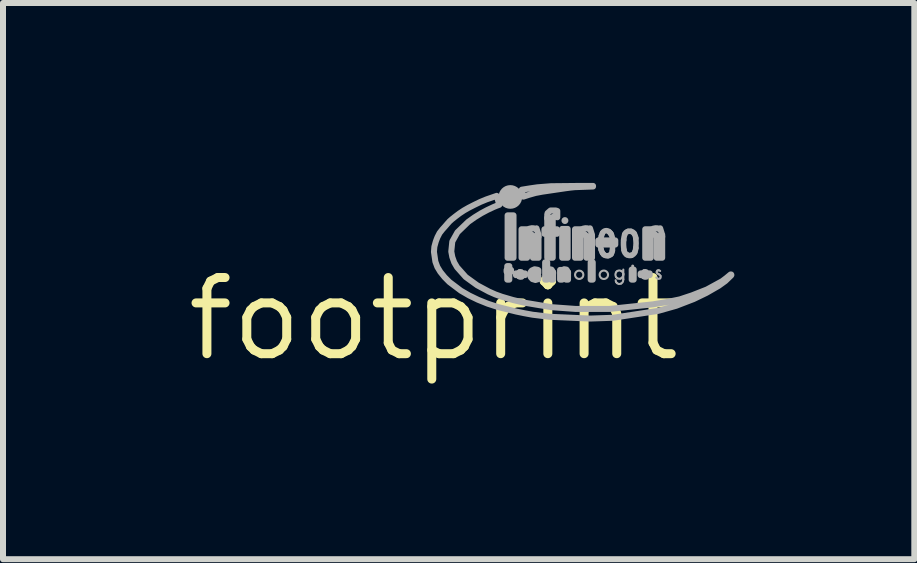
<source format=kicad_pcb>
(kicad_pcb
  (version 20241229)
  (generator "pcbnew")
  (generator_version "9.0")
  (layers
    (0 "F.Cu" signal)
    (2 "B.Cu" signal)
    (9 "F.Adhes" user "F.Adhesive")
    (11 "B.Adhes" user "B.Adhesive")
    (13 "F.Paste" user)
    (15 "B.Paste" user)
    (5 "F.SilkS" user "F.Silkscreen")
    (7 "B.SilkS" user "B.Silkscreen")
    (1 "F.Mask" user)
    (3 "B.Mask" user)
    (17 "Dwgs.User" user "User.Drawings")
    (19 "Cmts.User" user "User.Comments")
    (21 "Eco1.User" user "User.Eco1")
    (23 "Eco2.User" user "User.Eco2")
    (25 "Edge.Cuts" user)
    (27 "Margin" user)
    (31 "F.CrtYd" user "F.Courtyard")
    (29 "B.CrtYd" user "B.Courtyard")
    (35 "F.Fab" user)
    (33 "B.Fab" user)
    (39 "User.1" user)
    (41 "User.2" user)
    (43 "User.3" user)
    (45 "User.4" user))
  (footprint "footprint"
    (layer "F.Cu")
    (at 4.18 2.268)
    (property "Reference" "footprint" (at 0 0 0) (layer "F.SilkS") (effects (font (size 1.27 1.27) (thickness 0.15))))
    (fp_line (start 1.506 -0.753) (end 1.506 -0.759) (stroke (width 0.035) (type solid)) (layer "F.Fab"))
    (fp_line (start 2.984 -1.292) (end 2.984 -1.315) (stroke (width 0.093) (type solid)) (layer "F.Fab"))
    (fp_line (start 3.586 -0.753) (end 3.586 -0.759) (stroke (width 0.035) (type solid)) (layer "F.Fab"))
    (fp_arc (start 1.384799 -0.759) (mid 1.398115 -0.79048) (end 1.4253 -0.8112) (stroke (width 0.0346) (type solid)) (layer "F.Fab"))
    (fp_arc (start 1.3848 -0.73) (mid 1.38477 -0.7445) (end 1.3848 -0.759) (stroke (width 0.0346) (type solid)) (layer "F.Fab"))
    (fp_arc (start 1.407899 -0.6837) (mid 1.391656 -0.704509) (end 1.3848 -0.73) (stroke (width 0.0346) (type solid)) (layer "F.Fab"))
    (fp_arc (start 1.4253 -0.8112) (mid 1.452118 -0.814759) (end 1.4775 -0.8054) (stroke (width 0.0346) (type solid)) (layer "F.Fab"))
    (fp_arc (start 1.477499 -0.805401) (mid 1.496751 -0.785191) (end 1.5064 -0.759) (stroke (width 0.0346) (type solid)) (layer "F.Fab"))
    (fp_arc (start 1.4833 -0.6779) (mid 1.444696 -0.669049) (end 1.4079 -0.6837) (stroke (width 0.0346) (type solid)) (layer "F.Fab"))
    (fp_arc (start 1.5064 -0.7069) (mid 1.496317 -0.691232) (end 1.4833 -0.6779) (stroke (width 0.0346) (type solid)) (layer "F.Fab"))
    (fp_arc (start 2.7869 -1.3326) (mid 2.791908 -1.358876) (end 2.7985 -1.3848) (stroke (width 0.0926) (type solid)) (layer "F.Fab"))
    (fp_arc (start 2.7927 -1.1588) (mid 2.781453 -1.245421) (end 2.7869 -1.3326) (stroke (width 0.0926) (type solid)) (layer "F.Fab"))
    (fp_arc (start 2.7985 -1.3848) (mid 2.806268 -1.4083) (end 2.8159 -1.4311) (stroke (width 0.0926) (type solid)) (layer "F.Fab"))
    (fp_arc (start 2.815898 -1.4311) (mid 2.865184 -1.470061) (end 2.926 -1.4543) (stroke (width 0.0926) (type solid)) (layer "F.Fab"))
    (fp_arc (start 2.8159 -1.1009) (mid 2.802035 -1.128943) (end 2.7927 -1.1588) (stroke (width 0.0926) (type solid)) (layer "F.Fab"))
    (fp_arc (start 2.8391 -1.0719) (mid 2.826496 -1.085597) (end 2.8159 -1.1009) (stroke (width 0.0926) (type solid)) (layer "F.Fab"))
    (fp_arc (start 2.9086 -1.054501) (mid 2.871865 -1.055273) (end 2.8391 -1.0719) (stroke (width 0.0926) (type solid)) (layer "F.Fab"))
    (fp_arc (start 2.926 -1.4543) (mid 2.937956 -1.443104) (end 2.9491 -1.4311) (stroke (width 0.0926) (type solid)) (layer "F.Fab"))
    (fp_arc (start 2.9491 -1.4311) (mid 2.955442 -1.422761) (end 2.9607 -1.4137) (stroke (width 0.0926) (type solid)) (layer "F.Fab"))
    (fp_arc (start 2.959299 -1.0805) (mid 2.936497 -1.062533) (end 2.9086 -1.0545) (stroke (width 0.0926) (type solid)) (layer "F.Fab"))
    (fp_arc (start 2.9607 -1.4137) (mid 2.978027 -1.365799) (end 2.9839 -1.3152) (stroke (width 0.0926) (type solid)) (layer "F.Fab"))
    (fp_arc (start 2.9811 -1.1381) (mid 2.974312 -1.107744) (end 2.9593 -1.0805) (stroke (width 0.0926) (type solid)) (layer "F.Fab"))
    (fp_arc (start 2.9839 -1.1936) (mid 2.983489 -1.1658) (end 2.9811 -1.1381) (stroke (width 0.0926) (type solid)) (layer "F.Fab"))
    (fp_arc (start 3.041899 -0.701101) (mid 3.031742 -0.738751) (end 3.0419 -0.7764) (stroke (width 0.0346) (type solid)) (layer "F.Fab"))
    (fp_arc (start 3.0419 -0.7764) (mid 3.051948 -0.789495) (end 3.065 -0.7996) (stroke (width 0.0346) (type solid)) (layer "F.Fab"))
    (fp_arc (start 3.0424 -0.6177) (mid 3.037822 -0.631162) (end 3.0363 -0.6453) (stroke (width 0.0346) (type solid)) (layer "F.Fab"))
    (fp_arc (start 3.0592 -0.5968) (mid 3.049483 -0.606191) (end 3.0424 -0.6177) (stroke (width 0.0346) (type solid)) (layer "F.Fab"))
    (fp_arc (start 3.064999 -0.799599) (mid 3.096899 -0.808249) (end 3.1288 -0.7996) (stroke (width 0.0346) (type solid)) (layer "F.Fab"))
    (fp_arc (start 3.065 -0.6779) (mid 3.051948 -0.688005) (end 3.0419 -0.7011) (stroke (width 0.0346) (type solid)) (layer "F.Fab"))
    (fp_arc (start 3.09 -0.5834) (mid 3.073744 -0.588133) (end 3.0592 -0.5968) (stroke (width 0.0346) (type solid)) (layer "F.Fab"))
    (fp_arc (start 3.117199 -0.6721) (mid 3.090482 -0.669442) (end 3.065 -0.6779) (stroke (width 0.0346) (type solid)) (layer "F.Fab"))
    (fp_arc (start 3.1288 -0.7996) (mid 3.137629 -0.794067) (end 3.1461 -0.788) (stroke (width 0.0346) (type solid)) (layer "F.Fab"))
    (fp_arc (start 3.1288 -0.591) (mid 3.110105 -0.583602) (end 3.09 -0.5834) (stroke (width 0.0346) (type solid)) (layer "F.Fab"))
    (fp_arc (start 3.1461 -0.788) (mid 3.158825 -0.772612) (end 3.1635 -0.7532) (stroke (width 0.0346) (type solid)) (layer "F.Fab"))
    (fp_arc (start 3.1519 -0.701101) (mid 3.137402 -0.683188) (end 3.1172 -0.6721) (stroke (width 0.0346) (type solid)) (layer "F.Fab"))
    (fp_arc (start 3.1577 -0.6258) (mid 3.146507 -0.605695) (end 3.1288 -0.591) (stroke (width 0.0346) (type solid)) (layer "F.Fab"))
    (fp_arc (start 3.1635 -0.8227) (mid 3.163817 -0.77925) (end 3.1635 -0.7358) (stroke (width 0.0346) (type solid)) (layer "F.Fab"))
    (fp_arc (start 3.1635 -0.7532) (mid 3.163704 -0.70685) (end 3.1635 -0.6605) (stroke (width 0.0346) (type solid)) (layer "F.Fab"))
    (fp_arc (start 3.1635 -0.7358) (mid 3.159124 -0.717974) (end 3.1519 -0.7011) (stroke (width 0.0346) (type solid)) (layer "F.Fab"))
    (fp_arc (start 3.1635 -0.6605) (mid 3.161953 -0.642924) (end 3.1577 -0.6258) (stroke (width 0.0346) (type solid)) (layer "F.Fab"))
    (fp_arc (start 3.1693 -1.3152) (mid 3.175705 -1.361981) (end 3.1867 -1.4079) (stroke (width 0.0926) (type solid)) (layer "F.Fab"))
    (fp_arc (start 3.1751 -1.153) (mid 3.167222 -1.233922) (end 3.1693 -1.3152) (stroke (width 0.0926) (type solid)) (layer "F.Fab"))
    (fp_arc (start 3.186699 -1.4079) (mid 3.208243 -1.442215) (end 3.2446 -1.4601) (stroke (width 0.0926) (type solid)) (layer "F.Fab"))
    (fp_arc (start 3.221499 -1.0719) (mid 3.189863 -1.104352) (end 3.1751 -1.1472) (stroke (width 0.0926) (type solid)) (layer "F.Fab"))
    (fp_arc (start 3.2446 -1.4601) (mid 3.2678 -1.462226) (end 3.291 -1.4601) (stroke (width 0.0926) (type solid)) (layer "F.Fab"))
    (fp_arc (start 3.290999 -1.4601) (mid 3.320642 -1.448078) (end 3.3431 -1.4253) (stroke (width 0.0926) (type solid)) (layer "F.Fab"))
    (fp_arc (start 3.2968 -1.0603) (mid 3.257896 -1.05796) (end 3.2215 -1.0719) (stroke (width 0.0926) (type solid)) (layer "F.Fab"))
    (fp_arc (start 3.343099 -1.4253) (mid 3.362312 -1.386435) (end 3.3721 -1.3442) (stroke (width 0.0926) (type solid)) (layer "F.Fab"))
    (fp_arc (start 3.354699 -1.1124) (mid 3.331857 -1.079563) (end 3.2968 -1.0603) (stroke (width 0.0926) (type solid)) (layer "F.Fab"))
    (fp_arc (start 3.3721 -1.3442) (mid 3.376656 -1.2631) (end 3.3721 -1.182) (stroke (width 0.0926) (type solid)) (layer "F.Fab"))
    (fp_arc (start 3.3721 -1.182) (mid 3.36571 -1.146623) (end 3.3547 -1.1124) (stroke (width 0.0926) (type solid)) (layer "F.Fab"))
    (fp_arc (start 3.464799 -0.759) (mid 3.478115 -0.79048) (end 3.5053 -0.8112) (stroke (width 0.0346) (type solid)) (layer "F.Fab"))
    (fp_arc (start 3.4648 -0.73) (mid 3.46477 -0.7445) (end 3.4648 -0.759) (stroke (width 0.0346) (type solid)) (layer "F.Fab"))
    (fp_arc (start 3.487899 -0.6837) (mid 3.471656 -0.704509) (end 3.4648 -0.73) (stroke (width 0.0346) (type solid)) (layer "F.Fab"))
    (fp_arc (start 3.5053 -0.8112) (mid 3.532118 -0.814759) (end 3.5575 -0.8054) (stroke (width 0.0346) (type solid)) (layer "F.Fab"))
    (fp_arc (start 3.557499 -0.805401) (mid 3.576751 -0.785191) (end 3.5864 -0.759) (stroke (width 0.0346) (type solid)) (layer "F.Fab"))
    (fp_arc (start 3.5633 -0.6779) (mid 3.524696 -0.669049) (end 3.4879 -0.6837) (stroke (width 0.0346) (type solid)) (layer "F.Fab"))
    (fp_arc (start 3.5864 -0.7069) (mid 3.576317 -0.691232) (end 3.5633 -0.6779) (stroke (width 0.0346) (type solid)) (layer "F.Fab"))
    (fp_arc (start 3.7197 -0.7822) (mid 3.723114 -0.794993) (end 3.731301 -0.8054) (stroke (width 0.0346) (type solid)) (layer "F.Fab"))
    (fp_arc (start 3.7313 -0.8054) (mid 3.742226 -0.810996) (end 3.7545 -0.811199) (stroke (width 0.0346) (type solid)) (layer "F.Fab"))
    (fp_arc (start 3.7313 -0.759) (mid 3.72242 -0.769059) (end 3.7197 -0.782199) (stroke (width 0.0346) (type solid)) (layer "F.Fab"))
    (fp_arc (start 3.7371 -0.6721) (mid 3.724939 -0.67999) (end 3.714 -0.6895) (stroke (width 0.0346) (type solid)) (layer "F.Fab"))
    (fp_arc (start 3.7545 -0.8112) (mid 3.766836 -0.806871) (end 3.7777 -0.7996) (stroke (width 0.0346) (type solid)) (layer "F.Fab"))
    (fp_arc (start 3.7603 -0.7416) (mid 3.745588 -0.749947) (end 3.7313 -0.759) (stroke (width 0.0346) (type solid)) (layer "F.Fab"))
    (fp_arc (start 3.7603 -0.7416) (mid 3.773592 -0.731749) (end 3.7835 -0.7185) (stroke (width 0.0346) (type solid)) (layer "F.Fab"))
    (fp_arc (start 3.777699 -0.677901) (mid 3.75838 -0.66814) (end 3.7371 -0.6721) (stroke (width 0.0346) (type solid)) (layer "F.Fab"))
    (fp_arc (start 3.783499 -0.718499) (mid 3.78732 -0.69724) (end 3.7777 -0.6779) (stroke (width 0.0346) (type solid)) (layer "F.Fab"))
    (fp_circle (center 1.28 -2.034) (end 1.379 -2.034) (stroke (width 0.197) (type solid)) (fill no) (layer "F.Fab"))
    (fp_circle (center 2.19 -1.64) (end 2.219 -1.64) (stroke (width 0.058) (type solid)) (fill no) (layer "F.Fab"))
    (fp_circle (center 2.428 -0.736) (end 2.497 -0.736) (stroke (width 0.035) (type solid)) (fill no) (layer "F.Fab"))
    (fp_circle (center 2.433 -0.736) (end 2.503 -0.736) (stroke (width 0.012) (type solid)) (fill no) (layer "F.Fab"))
    (fp_circle (center 2.839 -0.736) (end 2.909 -0.736) (stroke (width 0.035) (type solid)) (fill no) (layer "F.Fab"))
    (fp_circle (center 3.32 -0.881) (end 3.333 -0.881) (stroke (width 0.026) (type solid)) (fill no) (layer "F.Fab"))
    (fp_poly (pts (xy 1.217 -0.788) (xy 1.292 -0.788) (xy 1.292 -0.817) (xy 1.217 -0.817)) (stroke (width 0.1) (type solid)) (fill no) (layer "F.Fab"))
    (fp_poly (pts (xy 1.228 -0.655) (xy 1.263 -0.655) (xy 1.263 -0.881) (xy 1.228 -0.881)) (stroke (width 0.1) (type solid)) (fill no) (layer "F.Fab"))
    (fp_poly (pts (xy 1.234 -1.02) (xy 1.333 -1.02) (xy 1.333 -1.727) (xy 1.234 -1.727)) (stroke (width 0.1) (type solid)) (fill no) (layer "F.Fab"))
    (fp_poly (pts (xy 1.373 -0.73) (xy 1.524 -0.73) (xy 1.524 -0.759) (xy 1.373 -0.759)) (stroke (width 0.1) (type solid)) (fill no) (layer "F.Fab"))
    (fp_poly (pts (xy 1.466 -1.02) (xy 1.559 -1.02) (xy 1.559 -1.495) (xy 1.466 -1.495)) (stroke (width 0.1) (type solid)) (fill no) (layer "F.Fab"))
    (fp_poly (pts (xy 1.657 -1.02) (xy 1.75 -1.02) (xy 1.75 -1.379) (xy 1.657 -1.379)) (stroke (width 0.1) (type solid)) (fill no) (layer "F.Fab"))
    (fp_poly (pts (xy 1.848 -1.419) (xy 2.057 -1.419) (xy 2.057 -1.495) (xy 1.848 -1.495)) (stroke (width 0.1) (type solid)) (fill no) (layer "F.Fab"))
    (fp_poly (pts (xy 1.86 -0.655) (xy 1.895 -0.655) (xy 1.895 -0.944) (xy 1.86 -0.944)) (stroke (width 0.1) (type solid)) (fill no) (layer "F.Fab"))
    (fp_poly (pts (xy 1.895 -1.02) (xy 1.987 -1.02) (xy 1.987 -1.686) (xy 1.895 -1.686)) (stroke (width 0.1) (type solid)) (fill no) (layer "F.Fab"))
    (fp_poly (pts (xy 1.958 -0.655) (xy 1.993 -0.655) (xy 1.993 -0.776) (xy 1.958 -0.776)) (stroke (width 0.1) (type solid)) (fill no) (layer "F.Fab"))
    (fp_poly (pts (xy 2.109 -0.655) (xy 2.144 -0.655) (xy 2.144 -0.817) (xy 2.109 -0.817)) (stroke (width 0.1) (type solid)) (fill no) (layer "F.Fab"))
    (fp_poly (pts (xy 2.144 -1.02) (xy 2.236 -1.02) (xy 2.236 -1.501) (xy 2.144 -1.501)) (stroke (width 0.1) (type solid)) (fill no) (layer "F.Fab"))
    (fp_poly (pts (xy 2.208 -0.655) (xy 2.242 -0.655) (xy 2.242 -0.776) (xy 2.208 -0.776)) (stroke (width 0.1) (type solid)) (fill no) (layer "F.Fab"))
    (fp_poly (pts (xy 2.358 -1.02) (xy 2.451 -1.02) (xy 2.451 -1.495) (xy 2.358 -1.495)) (stroke (width 0.1) (type solid)) (fill no) (layer "F.Fab"))
    (fp_poly (pts (xy 2.549 -1.02) (xy 2.642 -1.02) (xy 2.642 -1.373) (xy 2.549 -1.373)) (stroke (width 0.1) (type solid)) (fill no) (layer "F.Fab"))
    (fp_poly (pts (xy 2.619 -0.655) (xy 2.654 -0.655) (xy 2.654 -0.944) (xy 2.619 -0.944)) (stroke (width 0.1) (type solid)) (fill no) (layer "F.Fab"))
    (fp_poly (pts (xy 2.746 -1.24) (xy 3.03 -1.24) (xy 3.03 -1.309) (xy 2.746 -1.309)) (stroke (width 0.1) (type solid)) (fill no) (layer "F.Fab"))
    (fp_poly (pts (xy 3.303 -0.655) (xy 3.337 -0.655) (xy 3.337 -0.823) (xy 3.303 -0.823)) (stroke (width 0.1) (type solid)) (fill no) (layer "F.Fab"))
    (fp_poly (pts (xy 3.453 -0.73) (xy 3.604 -0.73) (xy 3.604 -0.759) (xy 3.453 -0.759)) (stroke (width 0.1) (type solid)) (fill no) (layer "F.Fab"))
    (fp_poly (pts (xy 3.529 -1.02) (xy 3.621 -1.02) (xy 3.621 -1.495) (xy 3.529 -1.495)) (stroke (width 0.1) (type solid)) (fill no) (layer "F.Fab"))
    (fp_poly (pts (xy 3.72 -1.02) (xy 3.812 -1.02) (xy 3.812 -1.379) (xy 3.72 -1.379)) (stroke (width 0.1) (type solid)) (fill no) (layer "F.Fab"))
    (fp_poly (pts (xy 2.063 -1.8) (xy 2.063 -1.695) (xy 2.027 -1.709) (xy 2.006 -1.709) (xy 1.993 -1.701) (xy 1.987 -1.685) (xy 1.987 -1.675) (xy 1.895 -1.675) (xy 1.895 -1.721) (xy 1.895 -1.742) (xy 1.901 -1.765) (xy 1.95 -1.808) (xy 2.04 -1.808)) (stroke (width 0.1) (type solid)) (fill no) (layer "F.Fab"))
    (fp_poly (pts (xy 1.965 -0.823) (xy 1.964 -0.817) (xy 1.969 -0.82) (xy 1.991 -0.782) (xy 1.993 -0.782) (xy 1.993 -0.752) (xy 1.961 -0.76) (xy 1.934 -0.792) (xy 1.899 -0.772) (xy 1.886 -0.733) (xy 1.881 -0.771) (xy 1.883 -0.784) (xy 1.888 -0.797) (xy 1.896 -0.81) (xy 1.929 -0.829)) (stroke (width 0.1) (type solid)) (fill no) (layer "F.Fab"))
    (fp_poly (pts (xy 2.214 -0.823) (xy 2.213 -0.817) (xy 2.218 -0.82) (xy 2.24 -0.782) (xy 2.242 -0.782) (xy 2.242 -0.752) (xy 2.21 -0.76) (xy 2.183 -0.792) (xy 2.149 -0.772) (xy 2.135 -0.733) (xy 2.131 -0.771) (xy 2.132 -0.784) (xy 2.137 -0.797) (xy 2.145 -0.81) (xy 2.178 -0.829)) (stroke (width 0.1) (type solid)) (fill no) (layer "F.Fab"))
    (fp_poly (pts (xy 2.659 -2.208) (xy 2.353 -2.197) (xy 2.277 -2.189) (xy 2.202 -2.179) (xy 2.005 -2.15) (xy 1.809 -2.121) (xy 1.698 -2.1) (xy 1.589 -2.069) (xy 1.497 -2.039) (xy 1.467 -2.148) (xy 1.472 -2.15) (xy 1.471 -2.155) (xy 1.601 -2.176) (xy 1.732 -2.195) (xy 1.958 -2.213) (xy 2.457 -2.218) (xy 2.659 -2.218)) (stroke (width 0.1) (type solid)) (fill no) (layer "F.Fab"))
    (fp_poly (pts (xy 1.676 -1.511) (xy 1.716 -1.487) (xy 1.716 -1.511) (xy 1.748 -1.407) (xy 1.749 -1.407) (xy 1.749 -1.368) (xy 1.659 -1.362) (xy 1.647 -1.394) (xy 1.626 -1.414) (xy 1.579 -1.414) (xy 1.557 -1.376) (xy 1.548 -1.367) (xy 1.539 -1.371) (xy 1.536 -1.378) (xy 1.54 -1.422) (xy 1.554 -1.463) (xy 1.574 -1.489) (xy 1.599 -1.503) (xy 1.599 -1.505) (xy 1.639 -1.513)) (stroke (width 0.1) (type solid)) (fill no) (layer "F.Fab"))
    (fp_poly (pts (xy 2.568 -1.511) (xy 2.608 -1.487) (xy 2.608 -1.511) (xy 2.64 -1.407) (xy 2.641 -1.407) (xy 2.641 -1.368) (xy 2.552 -1.362) (xy 2.539 -1.394) (xy 2.518 -1.414) (xy 2.471 -1.414) (xy 2.449 -1.376) (xy 2.44 -1.367) (xy 2.431 -1.371) (xy 2.428 -1.378) (xy 2.433 -1.422) (xy 2.446 -1.463) (xy 2.466 -1.489) (xy 2.492 -1.503) (xy 2.492 -1.505) (xy 2.531 -1.513)) (stroke (width 0.1) (type solid)) (fill no) (layer "F.Fab"))
    (fp_poly (pts (xy 3.739 -1.511) (xy 3.778 -1.487) (xy 3.778 -1.511) (xy 3.81 -1.407) (xy 3.812 -1.407) (xy 3.812 -1.368) (xy 3.722 -1.362) (xy 3.71 -1.394) (xy 3.689 -1.414) (xy 3.642 -1.414) (xy 3.62 -1.376) (xy 3.611 -1.367) (xy 3.602 -1.371) (xy 3.599 -1.378) (xy 3.603 -1.422) (xy 3.617 -1.463) (xy 3.637 -1.489) (xy 3.662 -1.503) (xy 3.662 -1.505) (xy 3.702 -1.513)) (stroke (width 0.1) (type solid)) (fill no) (layer "F.Fab"))
    (fp_poly (pts (xy 1.733 -0.82) (xy 1.747 -0.813) (xy 1.747 -0.765) (xy 1.708 -0.791) (xy 1.689 -0.791) (xy 1.67 -0.785) (xy 1.648 -0.758) (xy 1.647 -0.745) (xy 1.648 -0.731) (xy 1.656 -0.712) (xy 1.67 -0.698) (xy 1.704 -0.688) (xy 1.737 -0.704) (xy 1.747 -0.714) (xy 1.747 -0.664) (xy 1.698 -0.649) (xy 1.65 -0.664) (xy 1.649 -0.664) (xy 1.619 -0.697) (xy 1.608 -0.741) (xy 1.608 -0.742) (xy 1.615 -0.778) (xy 1.638 -0.808) (xy 1.684 -0.828)) (stroke (width 0.1) (type solid)) (fill no) (layer "F.Fab"))
    (fp_poly (pts (xy 1.096 -1.903) (xy 1.047 -1.885) (xy 1.004 -1.867) (xy 0.899 -1.818) (xy 0.796 -1.763) (xy 0.684 -1.694) (xy 0.577 -1.618) (xy 0.398 -1.445) (xy 0.312 -1.291) (xy 0.295 -1.124) (xy 0.312 -1.033) (xy 0.344 -0.943) (xy 0.392 -0.861) (xy 0.536 -0.699) (xy 0.727 -0.561) (xy 0.923 -0.456) (xy 1.029 -0.409) (xy 1.137 -0.37) (xy 1.321 -0.316) (xy 1.507 -0.272) (xy 1.965 -0.196) (xy 2.364 -0.167) (xy 2.937 -0.167) (xy 3.655 -0.243) (xy 3.898 -0.283) (xy 4.107 -0.326) (xy 4.309 -0.393) (xy 4.558 -0.491) (xy 4.812 -0.63) (xy 4.882 -0.683) (xy 4.952 -0.741) (xy 4.963 -0.741) (xy 4.966 -0.733) (xy 4.964 -0.727) (xy 4.865 -0.632) (xy 4.754 -0.552) (xy 4.549 -0.434) (xy 4.336 -0.331) (xy 4.045 -0.219) (xy 3.744 -0.134) (xy 2.989 -0.019) (xy 2.607 -0.006) (xy 1.929 -0.036) (xy 1.651 -0.07) (xy 1.514 -0.095) (xy 1.378 -0.123) (xy 1.076 -0.198) (xy 0.906 -0.253) (xy 0.74 -0.32) (xy 0.595 -0.39) (xy 0.455 -0.471) (xy 0.263 -0.616) (xy 0.183 -0.697) (xy 0.112 -0.785) (xy 0.063 -0.866) (xy 0.03 -0.955) (xy 0.006 -1.118) (xy 0.013 -1.204) (xy 0.036 -1.288) (xy 0.05 -1.326) (xy 0.065 -1.364) (xy 0.1 -1.432) (xy 0.147 -1.492) (xy 0.191 -1.541) (xy 0.234 -1.591) (xy 0.267 -1.628) (xy 0.304 -1.661) (xy 0.367 -1.711) (xy 0.432 -1.76) (xy 0.506 -1.809) (xy 0.583 -1.853) (xy 0.681 -1.903) (xy 0.78 -1.951) (xy 0.879 -1.992) (xy 1.052 -2.052)) (stroke (width 0.1) (type solid)) (fill no) (layer "F.Fab")))
  (gr_rect
    (start -3 -3)
    (end 12.196 6.275)
    (stroke (width 0.1) (type default))
    (fill no)
    (layer "Edge.Cuts")))
</source>
